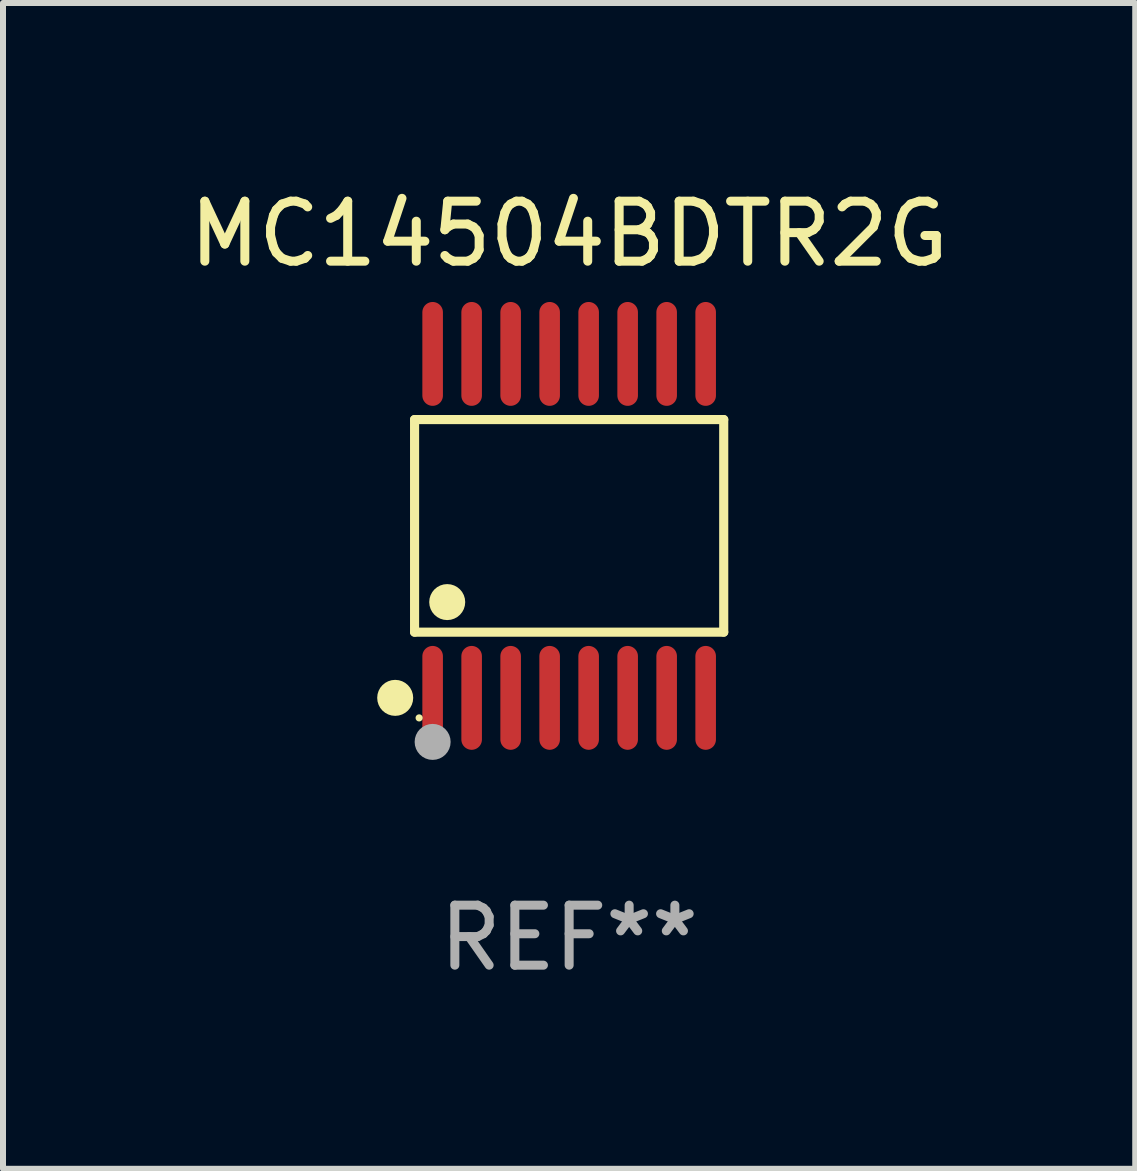
<source format=kicad_pcb>
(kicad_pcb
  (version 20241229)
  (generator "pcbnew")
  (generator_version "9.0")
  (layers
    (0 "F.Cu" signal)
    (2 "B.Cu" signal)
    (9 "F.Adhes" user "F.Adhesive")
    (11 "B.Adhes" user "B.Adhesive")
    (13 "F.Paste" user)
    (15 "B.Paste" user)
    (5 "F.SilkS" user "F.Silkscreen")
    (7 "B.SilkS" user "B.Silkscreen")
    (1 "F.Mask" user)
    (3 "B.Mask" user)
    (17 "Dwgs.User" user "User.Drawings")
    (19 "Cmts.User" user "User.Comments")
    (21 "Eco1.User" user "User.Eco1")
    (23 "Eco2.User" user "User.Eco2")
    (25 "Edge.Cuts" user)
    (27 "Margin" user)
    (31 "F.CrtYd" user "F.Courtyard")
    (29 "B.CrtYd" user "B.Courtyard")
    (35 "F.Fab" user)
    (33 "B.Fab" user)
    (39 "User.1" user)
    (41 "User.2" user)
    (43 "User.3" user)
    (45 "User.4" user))
  (footprint "MC14504BDTR2G"
    (layer "F.Cu")
    (at 6.435 5.714)
    (property "Reference" "MC14504BDTR2G" (at 0 -4.866 0) (layer "F.SilkS") (effects (font (size 1 1) (thickness 0.15))))
    (attr through_hole)
    (fp_line (start -2.576 -1.772) (end 2.576 -1.772) (stroke (width 0.152) (type solid)) (layer "F.SilkS"))
    (fp_line (start -2.576 1.771) (end -2.576 -1.772) (stroke (width 0.152) (type solid)) (layer "F.SilkS"))
    (fp_line (start 2.576 -1.772) (end 2.576 1.771) (stroke (width 0.152) (type solid)) (layer "F.SilkS"))
    (fp_line (start 2.576 1.771) (end -2.576 1.771) (stroke (width 0.152) (type solid)) (layer "F.SilkS"))
    (fp_circle (center -2.899 2.866) (end -2.749 2.866) (stroke (width 0.3) (type solid)) (fill no) (layer "F.SilkS"))
    (fp_circle (center -2.5 3.2) (end -2.47 3.2) (stroke (width 0.06) (type solid)) (fill no) (layer "F.SilkS"))
    (fp_circle (center -2.032 1.27) (end -1.882 1.27) (stroke (width 0.3) (type solid)) (fill no) (layer "F.SilkS"))
    (fp_circle (center -2.275 3.6) (end -2.125 3.6) (stroke (width 0.3) (type solid)) (fill no) (layer "F.Fab"))
    (fp_text user "REF**" (at 0 6.866 0) (layer "F.Fab") (effects (font (size 1 1) (thickness 0.15))))
    (pad "1" smd oval (at -2.275 2.866) (size 0.343 1.731) (layers "F.Cu" "F.Mask" "F.Paste"))
    (pad "2" smd oval (at -1.625 2.866) (size 0.343 1.731) (layers "F.Cu" "F.Mask" "F.Paste"))
    (pad "3" smd oval (at -0.975 2.866) (size 0.343 1.731) (layers "F.Cu" "F.Mask" "F.Paste"))
    (pad "4" smd oval (at -0.325 2.866) (size 0.343 1.731) (layers "F.Cu" "F.Mask" "F.Paste"))
    (pad "5" smd oval (at 0.325 2.866) (size 0.343 1.731) (layers "F.Cu" "F.Mask" "F.Paste"))
    (pad "6" smd oval (at 0.975 2.866) (size 0.343 1.731) (layers "F.Cu" "F.Mask" "F.Paste"))
    (pad "7" smd oval (at 1.625 2.866) (size 0.343 1.731) (layers "F.Cu" "F.Mask" "F.Paste"))
    (pad "8" smd oval (at 2.275 2.866) (size 0.343 1.731) (layers "F.Cu" "F.Mask" "F.Paste"))
    (pad "9" smd oval (at 2.275 -2.866) (size 0.343 1.731) (layers "F.Cu" "F.Mask" "F.Paste"))
    (pad "10" smd oval (at 1.625 -2.866) (size 0.343 1.731) (layers "F.Cu" "F.Mask" "F.Paste"))
    (pad "11" smd oval (at 0.975 -2.866) (size 0.343 1.731) (layers "F.Cu" "F.Mask" "F.Paste"))
    (pad "12" smd oval (at 0.325 -2.866) (size 0.343 1.731) (layers "F.Cu" "F.Mask" "F.Paste"))
    (pad "13" smd oval (at -0.325 -2.866) (size 0.343 1.731) (layers "F.Cu" "F.Mask" "F.Paste"))
    (pad "14" smd oval (at -0.975 -2.866) (size 0.343 1.731) (layers "F.Cu" "F.Mask" "F.Paste"))
    (pad "15" smd oval (at -1.625 -2.866) (size 0.343 1.731) (layers "F.Cu" "F.Mask" "F.Paste"))
    (pad "16" smd oval (at -2.275 -2.866) (size 0.343 1.731) (layers "F.Cu" "F.Mask" "F.Paste")))
  (gr_rect
    (start -3 -3)
    (end 15.869 16.428)
    (stroke (width 0.1) (type default))
    (fill no)
    (layer "Edge.Cuts")))
</source>
